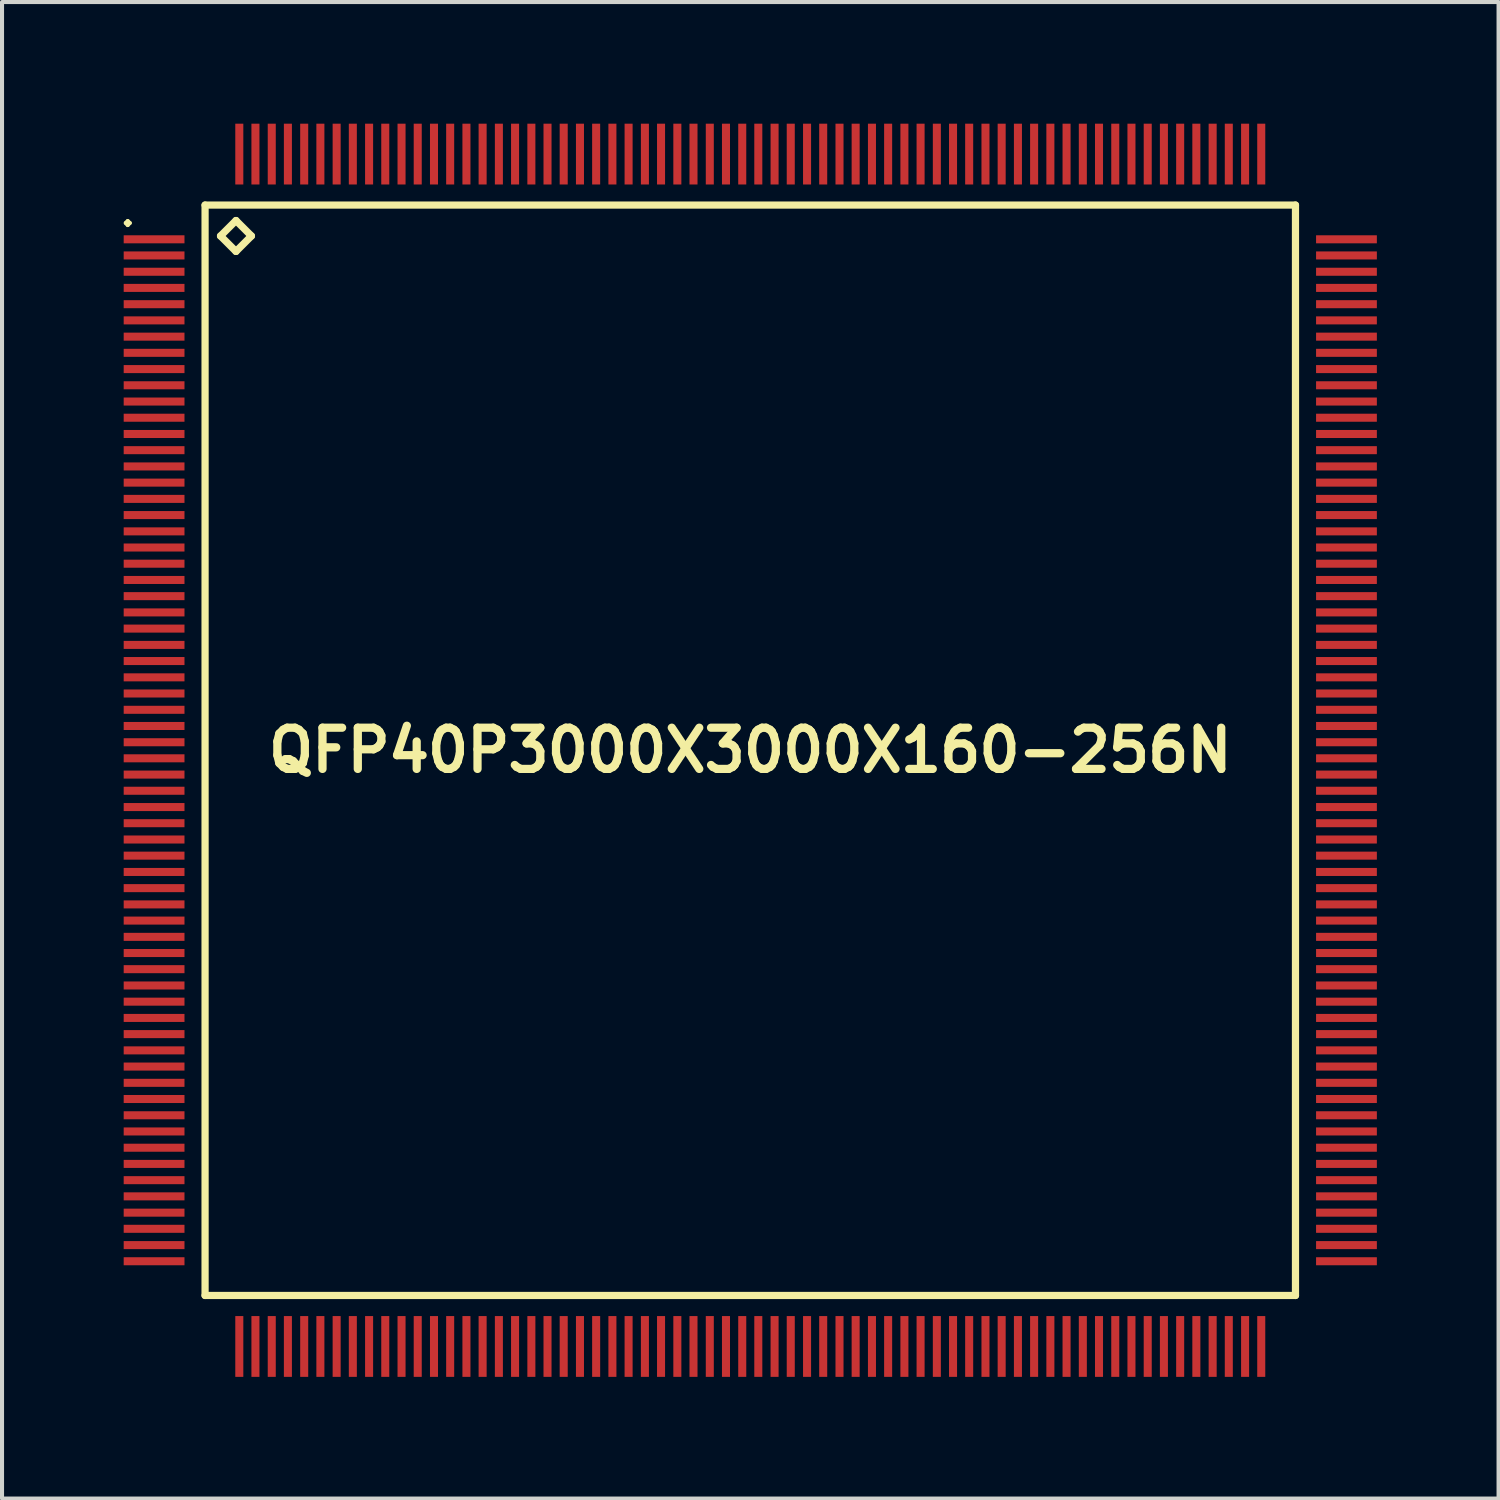
<source format=kicad_pcb>
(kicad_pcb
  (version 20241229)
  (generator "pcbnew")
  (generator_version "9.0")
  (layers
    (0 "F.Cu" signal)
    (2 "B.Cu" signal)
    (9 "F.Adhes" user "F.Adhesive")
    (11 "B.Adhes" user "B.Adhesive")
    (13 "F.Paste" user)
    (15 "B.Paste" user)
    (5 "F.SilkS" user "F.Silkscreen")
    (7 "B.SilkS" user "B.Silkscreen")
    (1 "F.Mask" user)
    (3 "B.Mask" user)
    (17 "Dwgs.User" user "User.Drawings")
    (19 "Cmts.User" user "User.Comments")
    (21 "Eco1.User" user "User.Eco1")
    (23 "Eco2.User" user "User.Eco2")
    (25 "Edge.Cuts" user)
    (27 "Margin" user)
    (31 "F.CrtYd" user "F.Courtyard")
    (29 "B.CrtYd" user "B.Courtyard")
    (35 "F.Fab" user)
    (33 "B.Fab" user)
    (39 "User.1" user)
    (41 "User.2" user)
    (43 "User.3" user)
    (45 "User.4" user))
  (footprint "QFP40P3000X3000X160-256N"
    (layer "F.Cu")
    (at 15.448 15.448)
    (property "Reference" "QFP40P3000X3000X160-256N" (at 0 0 0) (layer "F.SilkS") (effects (font (size 1.016 1.016) (thickness 0.203))))
    (attr smd)
    (fp_line (start -15.397 -13) (end -15.349 -13.048) (stroke (width 0.099) (type solid)) (layer "F.SilkS"))
    (fp_line (start -15.349 -13.048) (end -15.298 -13) (stroke (width 0.099) (type solid)) (layer "F.SilkS"))
    (fp_line (start -15.349 -12.949) (end -15.397 -13) (stroke (width 0.099) (type solid)) (layer "F.SilkS"))
    (fp_line (start -15.298 -13) (end -15.349 -12.949) (stroke (width 0.099) (type solid)) (layer "F.SilkS"))
    (fp_line (start -13.442 -13.442) (end -13.442 13.442) (stroke (width 0.178) (type solid)) (layer "F.SilkS"))
    (fp_line (start -13.442 13.442) (end 13.442 13.442) (stroke (width 0.178) (type solid)) (layer "F.SilkS"))
    (fp_line (start -13.061 -12.68) (end -12.68 -13.061) (stroke (width 0.178) (type solid)) (layer "F.SilkS"))
    (fp_line (start -12.68 -13.061) (end -12.299 -12.68) (stroke (width 0.178) (type solid)) (layer "F.SilkS"))
    (fp_line (start -12.68 -12.299) (end -13.061 -12.68) (stroke (width 0.178) (type solid)) (layer "F.SilkS"))
    (fp_line (start -12.299 -12.68) (end -12.68 -12.299) (stroke (width 0.178) (type solid)) (layer "F.SilkS"))
    (fp_line (start 13.442 -13.442) (end -13.442 -13.442) (stroke (width 0.178) (type solid)) (layer "F.SilkS"))
    (fp_line (start 13.442 13.442) (end 13.442 -13.442) (stroke (width 0.178) (type solid)) (layer "F.SilkS"))
    (pad "1" smd rect (at -14.699 -12.598) (size 1.499 0.198) (layers "F.Cu" "F.Mask" "F.Paste"))
    (pad "2" smd rect (at -14.699 -12.2) (size 1.499 0.198) (layers "F.Cu" "F.Mask" "F.Paste"))
    (pad "3" smd rect (at -14.699 -11.798) (size 1.499 0.198) (layers "F.Cu" "F.Mask" "F.Paste"))
    (pad "4" smd rect (at -14.699 -11.4) (size 1.499 0.198) (layers "F.Cu" "F.Mask" "F.Paste"))
    (pad "5" smd rect (at -14.699 -10.998) (size 1.499 0.198) (layers "F.Cu" "F.Mask" "F.Paste"))
    (pad "6" smd rect (at -14.699 -10.599) (size 1.499 0.198) (layers "F.Cu" "F.Mask" "F.Paste"))
    (pad "7" smd rect (at -14.699 -10.198) (size 1.499 0.198) (layers "F.Cu" "F.Mask" "F.Paste"))
    (pad "8" smd rect (at -14.699 -9.799) (size 1.499 0.198) (layers "F.Cu" "F.Mask" "F.Paste"))
    (pad "9" smd rect (at -14.699 -9.398) (size 1.499 0.198) (layers "F.Cu" "F.Mask" "F.Paste"))
    (pad "10" smd rect (at -14.699 -8.999) (size 1.499 0.198) (layers "F.Cu" "F.Mask" "F.Paste"))
    (pad "11" smd rect (at -14.699 -8.598) (size 1.499 0.198) (layers "F.Cu" "F.Mask" "F.Paste"))
    (pad "12" smd rect (at -14.699 -8.199) (size 1.499 0.198) (layers "F.Cu" "F.Mask" "F.Paste"))
    (pad "13" smd rect (at -14.699 -7.798) (size 1.499 0.198) (layers "F.Cu" "F.Mask" "F.Paste"))
    (pad "14" smd rect (at -14.699 -7.399) (size 1.499 0.198) (layers "F.Cu" "F.Mask" "F.Paste"))
    (pad "15" smd rect (at -14.699 -6.998) (size 1.499 0.198) (layers "F.Cu" "F.Mask" "F.Paste"))
    (pad "16" smd rect (at -14.699 -6.599) (size 1.499 0.198) (layers "F.Cu" "F.Mask" "F.Paste"))
    (pad "17" smd rect (at -14.699 -6.198) (size 1.499 0.198) (layers "F.Cu" "F.Mask" "F.Paste"))
    (pad "18" smd rect (at -14.699 -5.799) (size 1.499 0.198) (layers "F.Cu" "F.Mask" "F.Paste"))
    (pad "19" smd rect (at -14.699 -5.397) (size 1.499 0.198) (layers "F.Cu" "F.Mask" "F.Paste"))
    (pad "20" smd rect (at -14.699 -4.999) (size 1.499 0.198) (layers "F.Cu" "F.Mask" "F.Paste"))
    (pad "21" smd rect (at -14.699 -4.6) (size 1.499 0.198) (layers "F.Cu" "F.Mask" "F.Paste"))
    (pad "22" smd rect (at -14.699 -4.199) (size 1.499 0.198) (layers "F.Cu" "F.Mask" "F.Paste"))
    (pad "23" smd rect (at -14.699 -3.8) (size 1.499 0.198) (layers "F.Cu" "F.Mask" "F.Paste"))
    (pad "24" smd rect (at -14.699 -3.399) (size 1.499 0.198) (layers "F.Cu" "F.Mask" "F.Paste"))
    (pad "25" smd rect (at -14.699 -3) (size 1.499 0.198) (layers "F.Cu" "F.Mask" "F.Paste"))
    (pad "26" smd rect (at -14.699 -2.598) (size 1.499 0.198) (layers "F.Cu" "F.Mask" "F.Paste"))
    (pad "27" smd rect (at -14.699 -2.2) (size 1.499 0.198) (layers "F.Cu" "F.Mask" "F.Paste"))
    (pad "28" smd rect (at -14.699 -1.798) (size 1.499 0.198) (layers "F.Cu" "F.Mask" "F.Paste"))
    (pad "29" smd rect (at -14.699 -1.4) (size 1.499 0.198) (layers "F.Cu" "F.Mask" "F.Paste"))
    (pad "30" smd rect (at -14.699 -0.998) (size 1.499 0.198) (layers "F.Cu" "F.Mask" "F.Paste"))
    (pad "31" smd rect (at -14.699 -0.599) (size 1.499 0.198) (layers "F.Cu" "F.Mask" "F.Paste"))
    (pad "32" smd rect (at -14.699 -0.198) (size 1.499 0.198) (layers "F.Cu" "F.Mask" "F.Paste"))
    (pad "33" smd rect (at -14.699 0.198) (size 1.499 0.198) (layers "F.Cu" "F.Mask" "F.Paste"))
    (pad "34" smd rect (at -14.699 0.599) (size 1.499 0.198) (layers "F.Cu" "F.Mask" "F.Paste"))
    (pad "35" smd rect (at -14.699 0.998) (size 1.499 0.198) (layers "F.Cu" "F.Mask" "F.Paste"))
    (pad "36" smd rect (at -14.699 1.4) (size 1.499 0.198) (layers "F.Cu" "F.Mask" "F.Paste"))
    (pad "37" smd rect (at -14.699 1.798) (size 1.499 0.198) (layers "F.Cu" "F.Mask" "F.Paste"))
    (pad "38" smd rect (at -14.699 2.2) (size 1.499 0.198) (layers "F.Cu" "F.Mask" "F.Paste"))
    (pad "39" smd rect (at -14.699 2.598) (size 1.499 0.198) (layers "F.Cu" "F.Mask" "F.Paste"))
    (pad "40" smd rect (at -14.699 3) (size 1.499 0.198) (layers "F.Cu" "F.Mask" "F.Paste"))
    (pad "41" smd rect (at -14.699 3.399) (size 1.499 0.198) (layers "F.Cu" "F.Mask" "F.Paste"))
    (pad "42" smd rect (at -14.699 3.8) (size 1.499 0.198) (layers "F.Cu" "F.Mask" "F.Paste"))
    (pad "43" smd rect (at -14.699 4.199) (size 1.499 0.198) (layers "F.Cu" "F.Mask" "F.Paste"))
    (pad "44" smd rect (at -14.699 4.6) (size 1.499 0.198) (layers "F.Cu" "F.Mask" "F.Paste"))
    (pad "45" smd rect (at -14.699 4.999) (size 1.499 0.198) (layers "F.Cu" "F.Mask" "F.Paste"))
    (pad "46" smd rect (at -14.699 5.397) (size 1.499 0.198) (layers "F.Cu" "F.Mask" "F.Paste"))
    (pad "47" smd rect (at -14.699 5.799) (size 1.499 0.198) (layers "F.Cu" "F.Mask" "F.Paste"))
    (pad "48" smd rect (at -14.699 6.198) (size 1.499 0.198) (layers "F.Cu" "F.Mask" "F.Paste"))
    (pad "49" smd rect (at -14.699 6.599) (size 1.499 0.198) (layers "F.Cu" "F.Mask" "F.Paste"))
    (pad "50" smd rect (at -14.699 6.998) (size 1.499 0.198) (layers "F.Cu" "F.Mask" "F.Paste"))
    (pad "51" smd rect (at -14.699 7.399) (size 1.499 0.198) (layers "F.Cu" "F.Mask" "F.Paste"))
    (pad "52" smd rect (at -14.699 7.798) (size 1.499 0.198) (layers "F.Cu" "F.Mask" "F.Paste"))
    (pad "53" smd rect (at -14.699 8.199) (size 1.499 0.198) (layers "F.Cu" "F.Mask" "F.Paste"))
    (pad "54" smd rect (at -14.699 8.598) (size 1.499 0.198) (layers "F.Cu" "F.Mask" "F.Paste"))
    (pad "55" smd rect (at -14.699 8.999) (size 1.499 0.198) (layers "F.Cu" "F.Mask" "F.Paste"))
    (pad "56" smd rect (at -14.699 9.398) (size 1.499 0.198) (layers "F.Cu" "F.Mask" "F.Paste"))
    (pad "57" smd rect (at -14.699 9.799) (size 1.499 0.198) (layers "F.Cu" "F.Mask" "F.Paste"))
    (pad "58" smd rect (at -14.699 10.198) (size 1.499 0.198) (layers "F.Cu" "F.Mask" "F.Paste"))
    (pad "59" smd rect (at -14.699 10.599) (size 1.499 0.198) (layers "F.Cu" "F.Mask" "F.Paste"))
    (pad "60" smd rect (at -14.699 10.998) (size 1.499 0.198) (layers "F.Cu" "F.Mask" "F.Paste"))
    (pad "61" smd rect (at -14.699 11.4) (size 1.499 0.198) (layers "F.Cu" "F.Mask" "F.Paste"))
    (pad "62" smd rect (at -14.699 11.798) (size 1.499 0.198) (layers "F.Cu" "F.Mask" "F.Paste"))
    (pad "63" smd rect (at -14.699 12.2) (size 1.499 0.198) (layers "F.Cu" "F.Mask" "F.Paste"))
    (pad "64" smd rect (at -14.699 12.598) (size 1.499 0.198) (layers "F.Cu" "F.Mask" "F.Paste"))
    (pad "65" smd rect (at -12.598 14.699) (size 0.198 1.499) (layers "F.Cu" "F.Mask" "F.Paste"))
    (pad "66" smd rect (at -12.2 14.699) (size 0.198 1.499) (layers "F.Cu" "F.Mask" "F.Paste"))
    (pad "67" smd rect (at -11.798 14.699) (size 0.198 1.499) (layers "F.Cu" "F.Mask" "F.Paste"))
    (pad "68" smd rect (at -11.4 14.699) (size 0.198 1.499) (layers "F.Cu" "F.Mask" "F.Paste"))
    (pad "69" smd rect (at -10.998 14.699) (size 0.198 1.499) (layers "F.Cu" "F.Mask" "F.Paste"))
    (pad "70" smd rect (at -10.599 14.699) (size 0.198 1.499) (layers "F.Cu" "F.Mask" "F.Paste"))
    (pad "71" smd rect (at -10.198 14.699) (size 0.198 1.499) (layers "F.Cu" "F.Mask" "F.Paste"))
    (pad "72" smd rect (at -9.799 14.699) (size 0.198 1.499) (layers "F.Cu" "F.Mask" "F.Paste"))
    (pad "73" smd rect (at -9.398 14.699) (size 0.198 1.499) (layers "F.Cu" "F.Mask" "F.Paste"))
    (pad "74" smd rect (at -8.999 14.699) (size 0.198 1.499) (layers "F.Cu" "F.Mask" "F.Paste"))
    (pad "75" smd rect (at -8.598 14.699) (size 0.198 1.499) (layers "F.Cu" "F.Mask" "F.Paste"))
    (pad "76" smd rect (at -8.199 14.699) (size 0.198 1.499) (layers "F.Cu" "F.Mask" "F.Paste"))
    (pad "77" smd rect (at -7.798 14.699) (size 0.198 1.499) (layers "F.Cu" "F.Mask" "F.Paste"))
    (pad "78" smd rect (at -7.399 14.699) (size 0.198 1.499) (layers "F.Cu" "F.Mask" "F.Paste"))
    (pad "79" smd rect (at -6.998 14.699) (size 0.198 1.499) (layers "F.Cu" "F.Mask" "F.Paste"))
    (pad "80" smd rect (at -6.599 14.699) (size 0.198 1.499) (layers "F.Cu" "F.Mask" "F.Paste"))
    (pad "81" smd rect (at -6.198 14.699) (size 0.198 1.499) (layers "F.Cu" "F.Mask" "F.Paste"))
    (pad "82" smd rect (at -5.799 14.699) (size 0.198 1.499) (layers "F.Cu" "F.Mask" "F.Paste"))
    (pad "83" smd rect (at -5.397 14.699) (size 0.198 1.499) (layers "F.Cu" "F.Mask" "F.Paste"))
    (pad "84" smd rect (at -4.999 14.699) (size 0.198 1.499) (layers "F.Cu" "F.Mask" "F.Paste"))
    (pad "85" smd rect (at -4.6 14.699) (size 0.198 1.499) (layers "F.Cu" "F.Mask" "F.Paste"))
    (pad "86" smd rect (at -4.199 14.699) (size 0.198 1.499) (layers "F.Cu" "F.Mask" "F.Paste"))
    (pad "87" smd rect (at -3.8 14.699) (size 0.198 1.499) (layers "F.Cu" "F.Mask" "F.Paste"))
    (pad "88" smd rect (at -3.399 14.699) (size 0.198 1.499) (layers "F.Cu" "F.Mask" "F.Paste"))
    (pad "89" smd rect (at -3 14.699) (size 0.198 1.499) (layers "F.Cu" "F.Mask" "F.Paste"))
    (pad "90" smd rect (at -2.598 14.699) (size 0.198 1.499) (layers "F.Cu" "F.Mask" "F.Paste"))
    (pad "91" smd rect (at -2.2 14.699) (size 0.198 1.499) (layers "F.Cu" "F.Mask" "F.Paste"))
    (pad "92" smd rect (at -1.798 14.699) (size 0.198 1.499) (layers "F.Cu" "F.Mask" "F.Paste"))
    (pad "93" smd rect (at -1.4 14.699) (size 0.198 1.499) (layers "F.Cu" "F.Mask" "F.Paste"))
    (pad "94" smd rect (at -0.998 14.699) (size 0.198 1.499) (layers "F.Cu" "F.Mask" "F.Paste"))
    (pad "95" smd rect (at -0.599 14.699) (size 0.198 1.499) (layers "F.Cu" "F.Mask" "F.Paste"))
    (pad "96" smd rect (at -0.198 14.699) (size 0.198 1.499) (layers "F.Cu" "F.Mask" "F.Paste"))
    (pad "97" smd rect (at 0.198 14.699) (size 0.198 1.499) (layers "F.Cu" "F.Mask" "F.Paste"))
    (pad "98" smd rect (at 0.599 14.699) (size 0.198 1.499) (layers "F.Cu" "F.Mask" "F.Paste"))
    (pad "99" smd rect (at 0.998 14.699) (size 0.198 1.499) (layers "F.Cu" "F.Mask" "F.Paste"))
    (pad "100" smd rect (at 1.4 14.699) (size 0.198 1.499) (layers "F.Cu" "F.Mask" "F.Paste"))
    (pad "101" smd rect (at 1.798 14.699) (size 0.198 1.499) (layers "F.Cu" "F.Mask" "F.Paste"))
    (pad "102" smd rect (at 2.2 14.699) (size 0.198 1.499) (layers "F.Cu" "F.Mask" "F.Paste"))
    (pad "103" smd rect (at 2.598 14.699) (size 0.198 1.499) (layers "F.Cu" "F.Mask" "F.Paste"))
    (pad "104" smd rect (at 3 14.699) (size 0.198 1.499) (layers "F.Cu" "F.Mask" "F.Paste"))
    (pad "105" smd rect (at 3.399 14.699) (size 0.198 1.499) (layers "F.Cu" "F.Mask" "F.Paste"))
    (pad "106" smd rect (at 3.8 14.699) (size 0.198 1.499) (layers "F.Cu" "F.Mask" "F.Paste"))
    (pad "107" smd rect (at 4.199 14.699) (size 0.198 1.499) (layers "F.Cu" "F.Mask" "F.Paste"))
    (pad "108" smd rect (at 4.6 14.699) (size 0.198 1.499) (layers "F.Cu" "F.Mask" "F.Paste"))
    (pad "109" smd rect (at 4.999 14.699) (size 0.198 1.499) (layers "F.Cu" "F.Mask" "F.Paste"))
    (pad "110" smd rect (at 5.397 14.699) (size 0.198 1.499) (layers "F.Cu" "F.Mask" "F.Paste"))
    (pad "111" smd rect (at 5.799 14.699) (size 0.198 1.499) (layers "F.Cu" "F.Mask" "F.Paste"))
    (pad "112" smd rect (at 6.198 14.699) (size 0.198 1.499) (layers "F.Cu" "F.Mask" "F.Paste"))
    (pad "113" smd rect (at 6.599 14.699) (size 0.198 1.499) (layers "F.Cu" "F.Mask" "F.Paste"))
    (pad "114" smd rect (at 6.998 14.699) (size 0.198 1.499) (layers "F.Cu" "F.Mask" "F.Paste"))
    (pad "115" smd rect (at 7.399 14.699) (size 0.198 1.499) (layers "F.Cu" "F.Mask" "F.Paste"))
    (pad "116" smd rect (at 7.798 14.699) (size 0.198 1.499) (layers "F.Cu" "F.Mask" "F.Paste"))
    (pad "117" smd rect (at 8.199 14.699) (size 0.198 1.499) (layers "F.Cu" "F.Mask" "F.Paste"))
    (pad "118" smd rect (at 8.598 14.699) (size 0.198 1.499) (layers "F.Cu" "F.Mask" "F.Paste"))
    (pad "119" smd rect (at 8.999 14.699) (size 0.198 1.499) (layers "F.Cu" "F.Mask" "F.Paste"))
    (pad "120" smd rect (at 9.398 14.699) (size 0.198 1.499) (layers "F.Cu" "F.Mask" "F.Paste"))
    (pad "121" smd rect (at 9.799 14.699) (size 0.198 1.499) (layers "F.Cu" "F.Mask" "F.Paste"))
    (pad "122" smd rect (at 10.198 14.699) (size 0.198 1.499) (layers "F.Cu" "F.Mask" "F.Paste"))
    (pad "123" smd rect (at 10.599 14.699) (size 0.198 1.499) (layers "F.Cu" "F.Mask" "F.Paste"))
    (pad "124" smd rect (at 10.998 14.699) (size 0.198 1.499) (layers "F.Cu" "F.Mask" "F.Paste"))
    (pad "125" smd rect (at 11.4 14.699) (size 0.198 1.499) (layers "F.Cu" "F.Mask" "F.Paste"))
    (pad "126" smd rect (at 11.798 14.699) (size 0.198 1.499) (layers "F.Cu" "F.Mask" "F.Paste"))
    (pad "127" smd rect (at 12.2 14.699) (size 0.198 1.499) (layers "F.Cu" "F.Mask" "F.Paste"))
    (pad "128" smd rect (at 12.598 14.699) (size 0.198 1.499) (layers "F.Cu" "F.Mask" "F.Paste"))
    (pad "129" smd rect (at 14.699 12.598) (size 1.499 0.198) (layers "F.Cu" "F.Mask" "F.Paste"))
    (pad "130" smd rect (at 14.699 12.2) (size 1.499 0.198) (layers "F.Cu" "F.Mask" "F.Paste"))
    (pad "131" smd rect (at 14.699 11.798) (size 1.499 0.198) (layers "F.Cu" "F.Mask" "F.Paste"))
    (pad "132" smd rect (at 14.699 11.4) (size 1.499 0.198) (layers "F.Cu" "F.Mask" "F.Paste"))
    (pad "133" smd rect (at 14.699 10.998) (size 1.499 0.198) (layers "F.Cu" "F.Mask" "F.Paste"))
    (pad "134" smd rect (at 14.699 10.599) (size 1.499 0.198) (layers "F.Cu" "F.Mask" "F.Paste"))
    (pad "135" smd rect (at 14.699 10.198) (size 1.499 0.198) (layers "F.Cu" "F.Mask" "F.Paste"))
    (pad "136" smd rect (at 14.699 9.799) (size 1.499 0.198) (layers "F.Cu" "F.Mask" "F.Paste"))
    (pad "137" smd rect (at 14.699 9.398) (size 1.499 0.198) (layers "F.Cu" "F.Mask" "F.Paste"))
    (pad "138" smd rect (at 14.699 8.999) (size 1.499 0.198) (layers "F.Cu" "F.Mask" "F.Paste"))
    (pad "139" smd rect (at 14.699 8.598) (size 1.499 0.198) (layers "F.Cu" "F.Mask" "F.Paste"))
    (pad "140" smd rect (at 14.699 8.199) (size 1.499 0.198) (layers "F.Cu" "F.Mask" "F.Paste"))
    (pad "141" smd rect (at 14.699 7.798) (size 1.499 0.198) (layers "F.Cu" "F.Mask" "F.Paste"))
    (pad "142" smd rect (at 14.699 7.399) (size 1.499 0.198) (layers "F.Cu" "F.Mask" "F.Paste"))
    (pad "143" smd rect (at 14.699 6.998) (size 1.499 0.198) (layers "F.Cu" "F.Mask" "F.Paste"))
    (pad "144" smd rect (at 14.699 6.599) (size 1.499 0.198) (layers "F.Cu" "F.Mask" "F.Paste"))
    (pad "145" smd rect (at 14.699 6.198) (size 1.499 0.198) (layers "F.Cu" "F.Mask" "F.Paste"))
    (pad "146" smd rect (at 14.699 5.799) (size 1.499 0.198) (layers "F.Cu" "F.Mask" "F.Paste"))
    (pad "147" smd rect (at 14.699 5.397) (size 1.499 0.198) (layers "F.Cu" "F.Mask" "F.Paste"))
    (pad "148" smd rect (at 14.699 4.999) (size 1.499 0.198) (layers "F.Cu" "F.Mask" "F.Paste"))
    (pad "149" smd rect (at 14.699 4.6) (size 1.499 0.198) (layers "F.Cu" "F.Mask" "F.Paste"))
    (pad "150" smd rect (at 14.699 4.199) (size 1.499 0.198) (layers "F.Cu" "F.Mask" "F.Paste"))
    (pad "151" smd rect (at 14.699 3.8) (size 1.499 0.198) (layers "F.Cu" "F.Mask" "F.Paste"))
    (pad "152" smd rect (at 14.699 3.399) (size 1.499 0.198) (layers "F.Cu" "F.Mask" "F.Paste"))
    (pad "153" smd rect (at 14.699 3) (size 1.499 0.198) (layers "F.Cu" "F.Mask" "F.Paste"))
    (pad "154" smd rect (at 14.699 2.598) (size 1.499 0.198) (layers "F.Cu" "F.Mask" "F.Paste"))
    (pad "155" smd rect (at 14.699 2.2) (size 1.499 0.198) (layers "F.Cu" "F.Mask" "F.Paste"))
    (pad "156" smd rect (at 14.699 1.798) (size 1.499 0.198) (layers "F.Cu" "F.Mask" "F.Paste"))
    (pad "157" smd rect (at 14.699 1.4) (size 1.499 0.198) (layers "F.Cu" "F.Mask" "F.Paste"))
    (pad "158" smd rect (at 14.699 0.998) (size 1.499 0.198) (layers "F.Cu" "F.Mask" "F.Paste"))
    (pad "159" smd rect (at 14.699 0.599) (size 1.499 0.198) (layers "F.Cu" "F.Mask" "F.Paste"))
    (pad "160" smd rect (at 14.699 0.198) (size 1.499 0.198) (layers "F.Cu" "F.Mask" "F.Paste"))
    (pad "161" smd rect (at 14.699 -0.198) (size 1.499 0.198) (layers "F.Cu" "F.Mask" "F.Paste"))
    (pad "162" smd rect (at 14.699 -0.599) (size 1.499 0.198) (layers "F.Cu" "F.Mask" "F.Paste"))
    (pad "163" smd rect (at 14.699 -0.998) (size 1.499 0.198) (layers "F.Cu" "F.Mask" "F.Paste"))
    (pad "164" smd rect (at 14.699 -1.4) (size 1.499 0.198) (layers "F.Cu" "F.Mask" "F.Paste"))
    (pad "165" smd rect (at 14.699 -1.798) (size 1.499 0.198) (layers "F.Cu" "F.Mask" "F.Paste"))
    (pad "166" smd rect (at 14.699 -2.2) (size 1.499 0.198) (layers "F.Cu" "F.Mask" "F.Paste"))
    (pad "167" smd rect (at 14.699 -2.598) (size 1.499 0.198) (layers "F.Cu" "F.Mask" "F.Paste"))
    (pad "168" smd rect (at 14.699 -3) (size 1.499 0.198) (layers "F.Cu" "F.Mask" "F.Paste"))
    (pad "169" smd rect (at 14.699 -3.399) (size 1.499 0.198) (layers "F.Cu" "F.Mask" "F.Paste"))
    (pad "170" smd rect (at 14.699 -3.8) (size 1.499 0.198) (layers "F.Cu" "F.Mask" "F.Paste"))
    (pad "171" smd rect (at 14.699 -4.199) (size 1.499 0.198) (layers "F.Cu" "F.Mask" "F.Paste"))
    (pad "172" smd rect (at 14.699 -4.6) (size 1.499 0.198) (layers "F.Cu" "F.Mask" "F.Paste"))
    (pad "173" smd rect (at 14.699 -4.999) (size 1.499 0.198) (layers "F.Cu" "F.Mask" "F.Paste"))
    (pad "174" smd rect (at 14.699 -5.397) (size 1.499 0.198) (layers "F.Cu" "F.Mask" "F.Paste"))
    (pad "175" smd rect (at 14.699 -5.799) (size 1.499 0.198) (layers "F.Cu" "F.Mask" "F.Paste"))
    (pad "176" smd rect (at 14.699 -6.198) (size 1.499 0.198) (layers "F.Cu" "F.Mask" "F.Paste"))
    (pad "177" smd rect (at 14.699 -6.599) (size 1.499 0.198) (layers "F.Cu" "F.Mask" "F.Paste"))
    (pad "178" smd rect (at 14.699 -6.998) (size 1.499 0.198) (layers "F.Cu" "F.Mask" "F.Paste"))
    (pad "179" smd rect (at 14.699 -7.399) (size 1.499 0.198) (layers "F.Cu" "F.Mask" "F.Paste"))
    (pad "180" smd rect (at 14.699 -7.798) (size 1.499 0.198) (layers "F.Cu" "F.Mask" "F.Paste"))
    (pad "181" smd rect (at 14.699 -8.199) (size 1.499 0.198) (layers "F.Cu" "F.Mask" "F.Paste"))
    (pad "182" smd rect (at 14.699 -8.598) (size 1.499 0.198) (layers "F.Cu" "F.Mask" "F.Paste"))
    (pad "183" smd rect (at 14.699 -8.999) (size 1.499 0.198) (layers "F.Cu" "F.Mask" "F.Paste"))
    (pad "184" smd rect (at 14.699 -9.398) (size 1.499 0.198) (layers "F.Cu" "F.Mask" "F.Paste"))
    (pad "185" smd rect (at 14.699 -9.799) (size 1.499 0.198) (layers "F.Cu" "F.Mask" "F.Paste"))
    (pad "186" smd rect (at 14.699 -10.198) (size 1.499 0.198) (layers "F.Cu" "F.Mask" "F.Paste"))
    (pad "187" smd rect (at 14.699 -10.599) (size 1.499 0.198) (layers "F.Cu" "F.Mask" "F.Paste"))
    (pad "188" smd rect (at 14.699 -10.998) (size 1.499 0.198) (layers "F.Cu" "F.Mask" "F.Paste"))
    (pad "189" smd rect (at 14.699 -11.4) (size 1.499 0.198) (layers "F.Cu" "F.Mask" "F.Paste"))
    (pad "190" smd rect (at 14.699 -11.798) (size 1.499 0.198) (layers "F.Cu" "F.Mask" "F.Paste"))
    (pad "191" smd rect (at 14.699 -12.2) (size 1.499 0.198) (layers "F.Cu" "F.Mask" "F.Paste"))
    (pad "192" smd rect (at 14.699 -12.598) (size 1.499 0.198) (layers "F.Cu" "F.Mask" "F.Paste"))
    (pad "193" smd rect (at 12.598 -14.699) (size 0.198 1.499) (layers "F.Cu" "F.Mask" "F.Paste"))
    (pad "194" smd rect (at 12.2 -14.699) (size 0.198 1.499) (layers "F.Cu" "F.Mask" "F.Paste"))
    (pad "195" smd rect (at 11.798 -14.699) (size 0.198 1.499) (layers "F.Cu" "F.Mask" "F.Paste"))
    (pad "196" smd rect (at 11.4 -14.699) (size 0.198 1.499) (layers "F.Cu" "F.Mask" "F.Paste"))
    (pad "197" smd rect (at 10.998 -14.699) (size 0.198 1.499) (layers "F.Cu" "F.Mask" "F.Paste"))
    (pad "198" smd rect (at 10.599 -14.699) (size 0.198 1.499) (layers "F.Cu" "F.Mask" "F.Paste"))
    (pad "199" smd rect (at 10.198 -14.699) (size 0.198 1.499) (layers "F.Cu" "F.Mask" "F.Paste"))
    (pad "200" smd rect (at 9.799 -14.699) (size 0.198 1.499) (layers "F.Cu" "F.Mask" "F.Paste"))
    (pad "201" smd rect (at 9.398 -14.699) (size 0.198 1.499) (layers "F.Cu" "F.Mask" "F.Paste"))
    (pad "202" smd rect (at 8.999 -14.699) (size 0.198 1.499) (layers "F.Cu" "F.Mask" "F.Paste"))
    (pad "203" smd rect (at 8.598 -14.699) (size 0.198 1.499) (layers "F.Cu" "F.Mask" "F.Paste"))
    (pad "204" smd rect (at 8.199 -14.699) (size 0.198 1.499) (layers "F.Cu" "F.Mask" "F.Paste"))
    (pad "205" smd rect (at 7.798 -14.699) (size 0.198 1.499) (layers "F.Cu" "F.Mask" "F.Paste"))
    (pad "206" smd rect (at 7.399 -14.699) (size 0.198 1.499) (layers "F.Cu" "F.Mask" "F.Paste"))
    (pad "207" smd rect (at 6.998 -14.699) (size 0.198 1.499) (layers "F.Cu" "F.Mask" "F.Paste"))
    (pad "208" smd rect (at 6.599 -14.699) (size 0.198 1.499) (layers "F.Cu" "F.Mask" "F.Paste"))
    (pad "209" smd rect (at 6.198 -14.699) (size 0.198 1.499) (layers "F.Cu" "F.Mask" "F.Paste"))
    (pad "210" smd rect (at 5.799 -14.699) (size 0.198 1.499) (layers "F.Cu" "F.Mask" "F.Paste"))
    (pad "211" smd rect (at 5.397 -14.699) (size 0.198 1.499) (layers "F.Cu" "F.Mask" "F.Paste"))
    (pad "212" smd rect (at 4.999 -14.699) (size 0.198 1.499) (layers "F.Cu" "F.Mask" "F.Paste"))
    (pad "213" smd rect (at 4.6 -14.699) (size 0.198 1.499) (layers "F.Cu" "F.Mask" "F.Paste"))
    (pad "214" smd rect (at 4.199 -14.699) (size 0.198 1.499) (layers "F.Cu" "F.Mask" "F.Paste"))
    (pad "215" smd rect (at 3.8 -14.699) (size 0.198 1.499) (layers "F.Cu" "F.Mask" "F.Paste"))
    (pad "216" smd rect (at 3.399 -14.699) (size 0.198 1.499) (layers "F.Cu" "F.Mask" "F.Paste"))
    (pad "217" smd rect (at 3 -14.699) (size 0.198 1.499) (layers "F.Cu" "F.Mask" "F.Paste"))
    (pad "218" smd rect (at 2.598 -14.699) (size 0.198 1.499) (layers "F.Cu" "F.Mask" "F.Paste"))
    (pad "219" smd rect (at 2.2 -14.699) (size 0.198 1.499) (layers "F.Cu" "F.Mask" "F.Paste"))
    (pad "220" smd rect (at 1.798 -14.699) (size 0.198 1.499) (layers "F.Cu" "F.Mask" "F.Paste"))
    (pad "221" smd rect (at 1.4 -14.699) (size 0.198 1.499) (layers "F.Cu" "F.Mask" "F.Paste"))
    (pad "222" smd rect (at 0.998 -14.699) (size 0.198 1.499) (layers "F.Cu" "F.Mask" "F.Paste"))
    (pad "223" smd rect (at 0.599 -14.699) (size 0.198 1.499) (layers "F.Cu" "F.Mask" "F.Paste"))
    (pad "224" smd rect (at 0.198 -14.699) (size 0.198 1.499) (layers "F.Cu" "F.Mask" "F.Paste"))
    (pad "225" smd rect (at -0.198 -14.699) (size 0.198 1.499) (layers "F.Cu" "F.Mask" "F.Paste"))
    (pad "226" smd rect (at -0.599 -14.699) (size 0.198 1.499) (layers "F.Cu" "F.Mask" "F.Paste"))
    (pad "227" smd rect (at -0.998 -14.699) (size 0.198 1.499) (layers "F.Cu" "F.Mask" "F.Paste"))
    (pad "228" smd rect (at -1.4 -14.699) (size 0.198 1.499) (layers "F.Cu" "F.Mask" "F.Paste"))
    (pad "229" smd rect (at -1.798 -14.699) (size 0.198 1.499) (layers "F.Cu" "F.Mask" "F.Paste"))
    (pad "230" smd rect (at -2.2 -14.699) (size 0.198 1.499) (layers "F.Cu" "F.Mask" "F.Paste"))
    (pad "231" smd rect (at -2.598 -14.699) (size 0.198 1.499) (layers "F.Cu" "F.Mask" "F.Paste"))
    (pad "232" smd rect (at -3 -14.699) (size 0.198 1.499) (layers "F.Cu" "F.Mask" "F.Paste"))
    (pad "233" smd rect (at -3.399 -14.699) (size 0.198 1.499) (layers "F.Cu" "F.Mask" "F.Paste"))
    (pad "234" smd rect (at -3.8 -14.699) (size 0.198 1.499) (layers "F.Cu" "F.Mask" "F.Paste"))
    (pad "235" smd rect (at -4.199 -14.699) (size 0.198 1.499) (layers "F.Cu" "F.Mask" "F.Paste"))
    (pad "236" smd rect (at -4.6 -14.699) (size 0.198 1.499) (layers "F.Cu" "F.Mask" "F.Paste"))
    (pad "237" smd rect (at -4.999 -14.699) (size 0.198 1.499) (layers "F.Cu" "F.Mask" "F.Paste"))
    (pad "238" smd rect (at -5.397 -14.699) (size 0.198 1.499) (layers "F.Cu" "F.Mask" "F.Paste"))
    (pad "239" smd rect (at -5.799 -14.699) (size 0.198 1.499) (layers "F.Cu" "F.Mask" "F.Paste"))
    (pad "240" smd rect (at -6.198 -14.699) (size 0.198 1.499) (layers "F.Cu" "F.Mask" "F.Paste"))
    (pad "241" smd rect (at -6.599 -14.699) (size 0.198 1.499) (layers "F.Cu" "F.Mask" "F.Paste"))
    (pad "242" smd rect (at -6.998 -14.699) (size 0.198 1.499) (layers "F.Cu" "F.Mask" "F.Paste"))
    (pad "243" smd rect (at -7.399 -14.699) (size 0.198 1.499) (layers "F.Cu" "F.Mask" "F.Paste"))
    (pad "244" smd rect (at -7.798 -14.699) (size 0.198 1.499) (layers "F.Cu" "F.Mask" "F.Paste"))
    (pad "245" smd rect (at -8.199 -14.699) (size 0.198 1.499) (layers "F.Cu" "F.Mask" "F.Paste"))
    (pad "246" smd rect (at -8.598 -14.699) (size 0.198 1.499) (layers "F.Cu" "F.Mask" "F.Paste"))
    (pad "247" smd rect (at -8.999 -14.699) (size 0.198 1.499) (layers "F.Cu" "F.Mask" "F.Paste"))
    (pad "248" smd rect (at -9.398 -14.699) (size 0.198 1.499) (layers "F.Cu" "F.Mask" "F.Paste"))
    (pad "249" smd rect (at -9.799 -14.699) (size 0.198 1.499) (layers "F.Cu" "F.Mask" "F.Paste"))
    (pad "250" smd rect (at -10.198 -14.699) (size 0.198 1.499) (layers "F.Cu" "F.Mask" "F.Paste"))
    (pad "251" smd rect (at -10.599 -14.699) (size 0.198 1.499) (layers "F.Cu" "F.Mask" "F.Paste"))
    (pad "252" smd rect (at -10.998 -14.699) (size 0.198 1.499) (layers "F.Cu" "F.Mask" "F.Paste"))
    (pad "253" smd rect (at -11.4 -14.699) (size 0.198 1.499) (layers "F.Cu" "F.Mask" "F.Paste"))
    (pad "254" smd rect (at -11.798 -14.699) (size 0.198 1.499) (layers "F.Cu" "F.Mask" "F.Paste"))
    (pad "255" smd rect (at -12.2 -14.699) (size 0.198 1.499) (layers "F.Cu" "F.Mask" "F.Paste"))
    (pad "256" smd rect (at -12.598 -14.699) (size 0.198 1.499) (layers "F.Cu" "F.Mask" "F.Paste")))
  (gr_rect
    (start -3 -3)
    (end 33.897 33.897)
    (stroke (width 0.1) (type default))
    (fill no)
    (layer "Edge.Cuts")))
</source>
